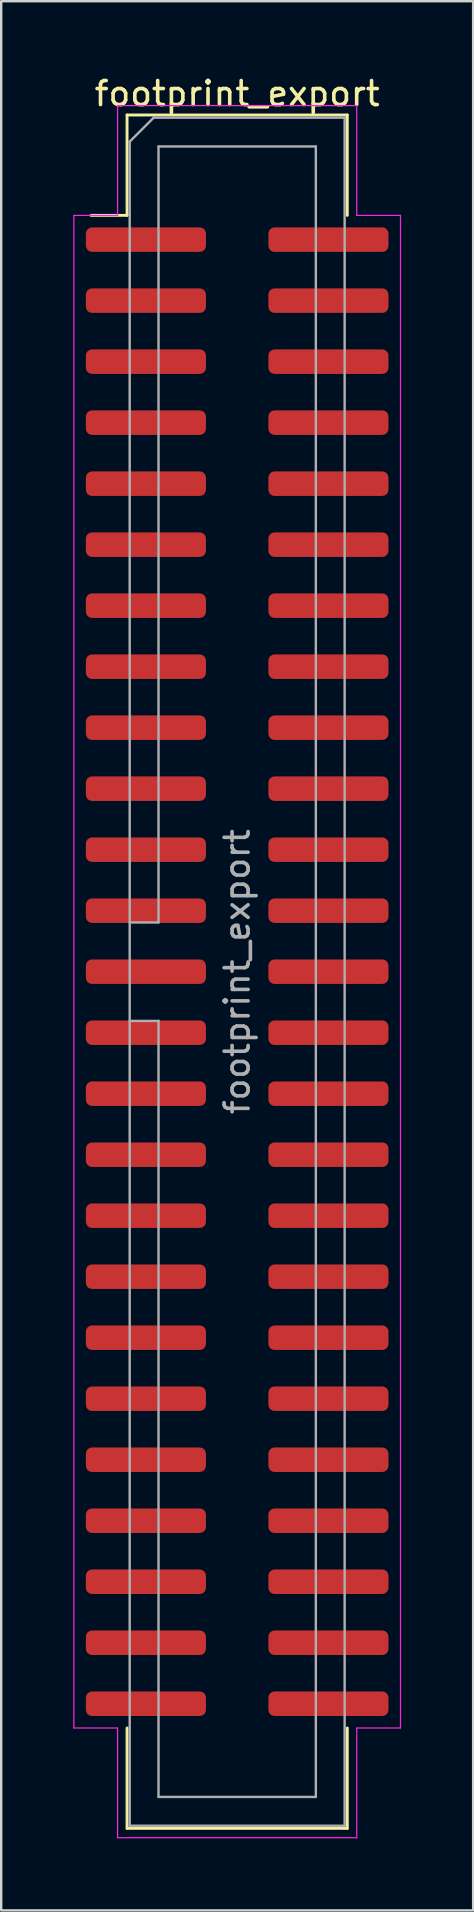
<source format=kicad_pcb>
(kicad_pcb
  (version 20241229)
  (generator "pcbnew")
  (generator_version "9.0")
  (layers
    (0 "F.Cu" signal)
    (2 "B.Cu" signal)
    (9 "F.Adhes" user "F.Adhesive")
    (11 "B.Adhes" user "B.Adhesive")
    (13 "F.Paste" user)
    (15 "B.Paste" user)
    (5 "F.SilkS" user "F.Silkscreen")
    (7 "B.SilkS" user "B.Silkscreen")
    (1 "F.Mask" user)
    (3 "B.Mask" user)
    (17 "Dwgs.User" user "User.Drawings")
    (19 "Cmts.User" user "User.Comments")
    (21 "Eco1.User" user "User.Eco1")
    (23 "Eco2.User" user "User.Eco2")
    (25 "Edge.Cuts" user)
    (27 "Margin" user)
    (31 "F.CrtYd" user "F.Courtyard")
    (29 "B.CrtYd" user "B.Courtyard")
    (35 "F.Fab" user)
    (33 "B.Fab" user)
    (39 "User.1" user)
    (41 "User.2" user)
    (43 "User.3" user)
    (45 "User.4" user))
  (footprint "footprint_export"
    (layer "F.Cu")
    (at 6.825 37.408)
    (property "Reference" "footprint_export" (at 0 -36.56 0) (layer "F.SilkS") (effects (font (size 1 1) (thickness 0.15))))
    (attr smd)
    (fp_line (start -4.585 -35.67) (end 4.585 -35.67) (stroke (width 0.12) (type solid)) (layer "F.SilkS"))
    (fp_line (start -4.585 -31.49) (end -6.085 -31.49) (stroke (width 0.12) (type solid)) (layer "F.SilkS"))
    (fp_line (start -4.585 -31.49) (end -4.585 -35.67) (stroke (width 0.12) (type solid)) (layer "F.SilkS"))
    (fp_line (start -4.585 31.49) (end -4.585 35.67) (stroke (width 0.12) (type solid)) (layer "F.SilkS"))
    (fp_line (start -4.585 35.67) (end 4.585 35.67) (stroke (width 0.12) (type solid)) (layer "F.SilkS"))
    (fp_line (start 4.585 -35.67) (end 4.585 -31.49) (stroke (width 0.12) (type solid)) (layer "F.SilkS"))
    (fp_line (start 4.585 35.67) (end 4.585 31.49) (stroke (width 0.12) (type solid)) (layer "F.SilkS"))
    (fp_line (start -6.8 -31.49) (end -6.8 31.49) (stroke (width 0.05) (type solid)) (layer "F.CrtYd"))
    (fp_line (start -6.8 31.49) (end -4.98 31.49) (stroke (width 0.05) (type solid)) (layer "F.CrtYd"))
    (fp_line (start -4.98 -36.06) (end -4.98 -31.49) (stroke (width 0.05) (type solid)) (layer "F.CrtYd"))
    (fp_line (start -4.98 -31.49) (end -6.8 -31.49) (stroke (width 0.05) (type solid)) (layer "F.CrtYd"))
    (fp_line (start -4.98 31.49) (end -4.98 36.06) (stroke (width 0.05) (type solid)) (layer "F.CrtYd"))
    (fp_line (start -4.98 36.06) (end 4.98 36.06) (stroke (width 0.05) (type solid)) (layer "F.CrtYd"))
    (fp_line (start 4.98 -36.06) (end -4.98 -36.06) (stroke (width 0.05) (type solid)) (layer "F.CrtYd"))
    (fp_line (start 4.98 -31.49) (end 4.98 -36.06) (stroke (width 0.05) (type solid)) (layer "F.CrtYd"))
    (fp_line (start 4.98 31.49) (end 6.8 31.49) (stroke (width 0.05) (type solid)) (layer "F.CrtYd"))
    (fp_line (start 4.98 36.06) (end 4.98 31.49) (stroke (width 0.05) (type solid)) (layer "F.CrtYd"))
    (fp_line (start 6.8 -31.49) (end 4.98 -31.49) (stroke (width 0.05) (type solid)) (layer "F.CrtYd"))
    (fp_line (start 6.8 31.49) (end 6.8 -31.49) (stroke (width 0.05) (type solid)) (layer "F.CrtYd"))
    (fp_line (start -4.475 -34.56) (end -3.475 -35.56) (stroke (width 0.1) (type solid)) (layer "F.Fab"))
    (fp_line (start -4.475 -2.05) (end -3.275 -2.05) (stroke (width 0.1) (type solid)) (layer "F.Fab"))
    (fp_line (start -4.475 35.56) (end -4.475 -34.56) (stroke (width 0.1) (type solid)) (layer "F.Fab"))
    (fp_line (start -3.475 -35.56) (end 4.475 -35.56) (stroke (width 0.1) (type solid)) (layer "F.Fab"))
    (fp_line (start -3.275 -34.36) (end 3.275 -34.36) (stroke (width 0.1) (type solid)) (layer "F.Fab"))
    (fp_line (start -3.275 -2.05) (end -3.275 -34.36) (stroke (width 0.1) (type solid)) (layer "F.Fab"))
    (fp_line (start -3.275 2.05) (end -4.475 2.05) (stroke (width 0.1) (type solid)) (layer "F.Fab"))
    (fp_line (start -3.275 2.05) (end -3.275 2.05) (stroke (width 0.1) (type solid)) (layer "F.Fab"))
    (fp_line (start -3.275 34.36) (end -3.275 2.05) (stroke (width 0.1) (type solid)) (layer "F.Fab"))
    (fp_line (start 3.275 -34.36) (end 3.275 34.36) (stroke (width 0.1) (type solid)) (layer "F.Fab"))
    (fp_line (start 3.275 34.36) (end -3.275 34.36) (stroke (width 0.1) (type solid)) (layer "F.Fab"))
    (fp_line (start 4.475 -35.56) (end 4.475 35.56) (stroke (width 0.1) (type solid)) (layer "F.Fab"))
    (fp_line (start 4.475 35.56) (end -4.475 35.56) (stroke (width 0.1) (type solid)) (layer "F.Fab"))
    (fp_text user "${REFERENCE}" (at 0 0 90) (layer "F.Fab") (effects (font (size 1 1) (thickness 0.15))))
    (pad "1" smd roundrect (at -3.8 -30.48) (size 5 1.02) (layers "F.Cu" "F.Mask" "F.Paste") (roundrect_rratio 0.25))
    (pad "2" smd roundrect (at 3.8 -30.48) (size 5 1.02) (layers "F.Cu" "F.Mask" "F.Paste") (roundrect_rratio 0.25))
    (pad "3" smd roundrect (at -3.8 -27.94) (size 5 1.02) (layers "F.Cu" "F.Mask" "F.Paste") (roundrect_rratio 0.25))
    (pad "4" smd roundrect (at 3.8 -27.94) (size 5 1.02) (layers "F.Cu" "F.Mask" "F.Paste") (roundrect_rratio 0.25))
    (pad "5" smd roundrect (at -3.8 -25.4) (size 5 1.02) (layers "F.Cu" "F.Mask" "F.Paste") (roundrect_rratio 0.25))
    (pad "6" smd roundrect (at 3.8 -25.4) (size 5 1.02) (layers "F.Cu" "F.Mask" "F.Paste") (roundrect_rratio 0.25))
    (pad "7" smd roundrect (at -3.8 -22.86) (size 5 1.02) (layers "F.Cu" "F.Mask" "F.Paste") (roundrect_rratio 0.25))
    (pad "8" smd roundrect (at 3.8 -22.86) (size 5 1.02) (layers "F.Cu" "F.Mask" "F.Paste") (roundrect_rratio 0.25))
    (pad "9" smd roundrect (at -3.8 -20.32) (size 5 1.02) (layers "F.Cu" "F.Mask" "F.Paste") (roundrect_rratio 0.25))
    (pad "10" smd roundrect (at 3.8 -20.32) (size 5 1.02) (layers "F.Cu" "F.Mask" "F.Paste") (roundrect_rratio 0.25))
    (pad "11" smd roundrect (at -3.8 -17.78) (size 5 1.02) (layers "F.Cu" "F.Mask" "F.Paste") (roundrect_rratio 0.25))
    (pad "12" smd roundrect (at 3.8 -17.78) (size 5 1.02) (layers "F.Cu" "F.Mask" "F.Paste") (roundrect_rratio 0.25))
    (pad "13" smd roundrect (at -3.8 -15.24) (size 5 1.02) (layers "F.Cu" "F.Mask" "F.Paste") (roundrect_rratio 0.25))
    (pad "14" smd roundrect (at 3.8 -15.24) (size 5 1.02) (layers "F.Cu" "F.Mask" "F.Paste") (roundrect_rratio 0.25))
    (pad "15" smd roundrect (at -3.8 -12.7) (size 5 1.02) (layers "F.Cu" "F.Mask" "F.Paste") (roundrect_rratio 0.25))
    (pad "16" smd roundrect (at 3.8 -12.7) (size 5 1.02) (layers "F.Cu" "F.Mask" "F.Paste") (roundrect_rratio 0.25))
    (pad "17" smd roundrect (at -3.8 -10.16) (size 5 1.02) (layers "F.Cu" "F.Mask" "F.Paste") (roundrect_rratio 0.25))
    (pad "18" smd roundrect (at 3.8 -10.16) (size 5 1.02) (layers "F.Cu" "F.Mask" "F.Paste") (roundrect_rratio 0.25))
    (pad "19" smd roundrect (at -3.8 -7.62) (size 5 1.02) (layers "F.Cu" "F.Mask" "F.Paste") (roundrect_rratio 0.25))
    (pad "20" smd roundrect (at 3.8 -7.62) (size 5 1.02) (layers "F.Cu" "F.Mask" "F.Paste") (roundrect_rratio 0.25))
    (pad "21" smd roundrect (at -3.8 -5.08) (size 5 1.02) (layers "F.Cu" "F.Mask" "F.Paste") (roundrect_rratio 0.25))
    (pad "22" smd roundrect (at 3.8 -5.08) (size 5 1.02) (layers "F.Cu" "F.Mask" "F.Paste") (roundrect_rratio 0.25))
    (pad "23" smd roundrect (at -3.8 -2.54) (size 5 1.02) (layers "F.Cu" "F.Mask" "F.Paste") (roundrect_rratio 0.25))
    (pad "24" smd roundrect (at 3.8 -2.54) (size 5 1.02) (layers "F.Cu" "F.Mask" "F.Paste") (roundrect_rratio 0.25))
    (pad "25" smd roundrect (at -3.8 0) (size 5 1.02) (layers "F.Cu" "F.Mask" "F.Paste") (roundrect_rratio 0.25))
    (pad "26" smd roundrect (at 3.8 0) (size 5 1.02) (layers "F.Cu" "F.Mask" "F.Paste") (roundrect_rratio 0.25))
    (pad "27" smd roundrect (at -3.8 2.54) (size 5 1.02) (layers "F.Cu" "F.Mask" "F.Paste") (roundrect_rratio 0.25))
    (pad "28" smd roundrect (at 3.8 2.54) (size 5 1.02) (layers "F.Cu" "F.Mask" "F.Paste") (roundrect_rratio 0.25))
    (pad "29" smd roundrect (at -3.8 5.08) (size 5 1.02) (layers "F.Cu" "F.Mask" "F.Paste") (roundrect_rratio 0.25))
    (pad "30" smd roundrect (at 3.8 5.08) (size 5 1.02) (layers "F.Cu" "F.Mask" "F.Paste") (roundrect_rratio 0.25))
    (pad "31" smd roundrect (at -3.8 7.62) (size 5 1.02) (layers "F.Cu" "F.Mask" "F.Paste") (roundrect_rratio 0.25))
    (pad "32" smd roundrect (at 3.8 7.62) (size 5 1.02) (layers "F.Cu" "F.Mask" "F.Paste") (roundrect_rratio 0.25))
    (pad "33" smd roundrect (at -3.8 10.16) (size 5 1.02) (layers "F.Cu" "F.Mask" "F.Paste") (roundrect_rratio 0.25))
    (pad "34" smd roundrect (at 3.8 10.16) (size 5 1.02) (layers "F.Cu" "F.Mask" "F.Paste") (roundrect_rratio 0.25))
    (pad "35" smd roundrect (at -3.8 12.7) (size 5 1.02) (layers "F.Cu" "F.Mask" "F.Paste") (roundrect_rratio 0.25))
    (pad "36" smd roundrect (at 3.8 12.7) (size 5 1.02) (layers "F.Cu" "F.Mask" "F.Paste") (roundrect_rratio 0.25))
    (pad "37" smd roundrect (at -3.8 15.24) (size 5 1.02) (layers "F.Cu" "F.Mask" "F.Paste") (roundrect_rratio 0.25))
    (pad "38" smd roundrect (at 3.8 15.24) (size 5 1.02) (layers "F.Cu" "F.Mask" "F.Paste") (roundrect_rratio 0.25))
    (pad "39" smd roundrect (at -3.8 17.78) (size 5 1.02) (layers "F.Cu" "F.Mask" "F.Paste") (roundrect_rratio 0.25))
    (pad "40" smd roundrect (at 3.8 17.78) (size 5 1.02) (layers "F.Cu" "F.Mask" "F.Paste") (roundrect_rratio 0.25))
    (pad "41" smd roundrect (at -3.8 20.32) (size 5 1.02) (layers "F.Cu" "F.Mask" "F.Paste") (roundrect_rratio 0.25))
    (pad "42" smd roundrect (at 3.8 20.32) (size 5 1.02) (layers "F.Cu" "F.Mask" "F.Paste") (roundrect_rratio 0.25))
    (pad "43" smd roundrect (at -3.8 22.86) (size 5 1.02) (layers "F.Cu" "F.Mask" "F.Paste") (roundrect_rratio 0.25))
    (pad "44" smd roundrect (at 3.8 22.86) (size 5 1.02) (layers "F.Cu" "F.Mask" "F.Paste") (roundrect_rratio 0.25))
    (pad "45" smd roundrect (at -3.8 25.4) (size 5 1.02) (layers "F.Cu" "F.Mask" "F.Paste") (roundrect_rratio 0.25))
    (pad "46" smd roundrect (at 3.8 25.4) (size 5 1.02) (layers "F.Cu" "F.Mask" "F.Paste") (roundrect_rratio 0.25))
    (pad "47" smd roundrect (at -3.8 27.94) (size 5 1.02) (layers "F.Cu" "F.Mask" "F.Paste") (roundrect_rratio 0.25))
    (pad "48" smd roundrect (at 3.8 27.94) (size 5 1.02) (layers "F.Cu" "F.Mask" "F.Paste") (roundrect_rratio 0.25))
    (pad "49" smd roundrect (at -3.8 30.48) (size 5 1.02) (layers "F.Cu" "F.Mask" "F.Paste") (roundrect_rratio 0.25))
    (pad "50" smd roundrect (at 3.8 30.48) (size 5 1.02) (layers "F.Cu" "F.Mask" "F.Paste") (roundrect_rratio 0.25)))
  (gr_rect
    (start -3 -3)
    (end 16.65 76.493)
    (stroke (width 0.1) (type default))
    (fill no)
    (layer "Edge.Cuts")))
</source>
